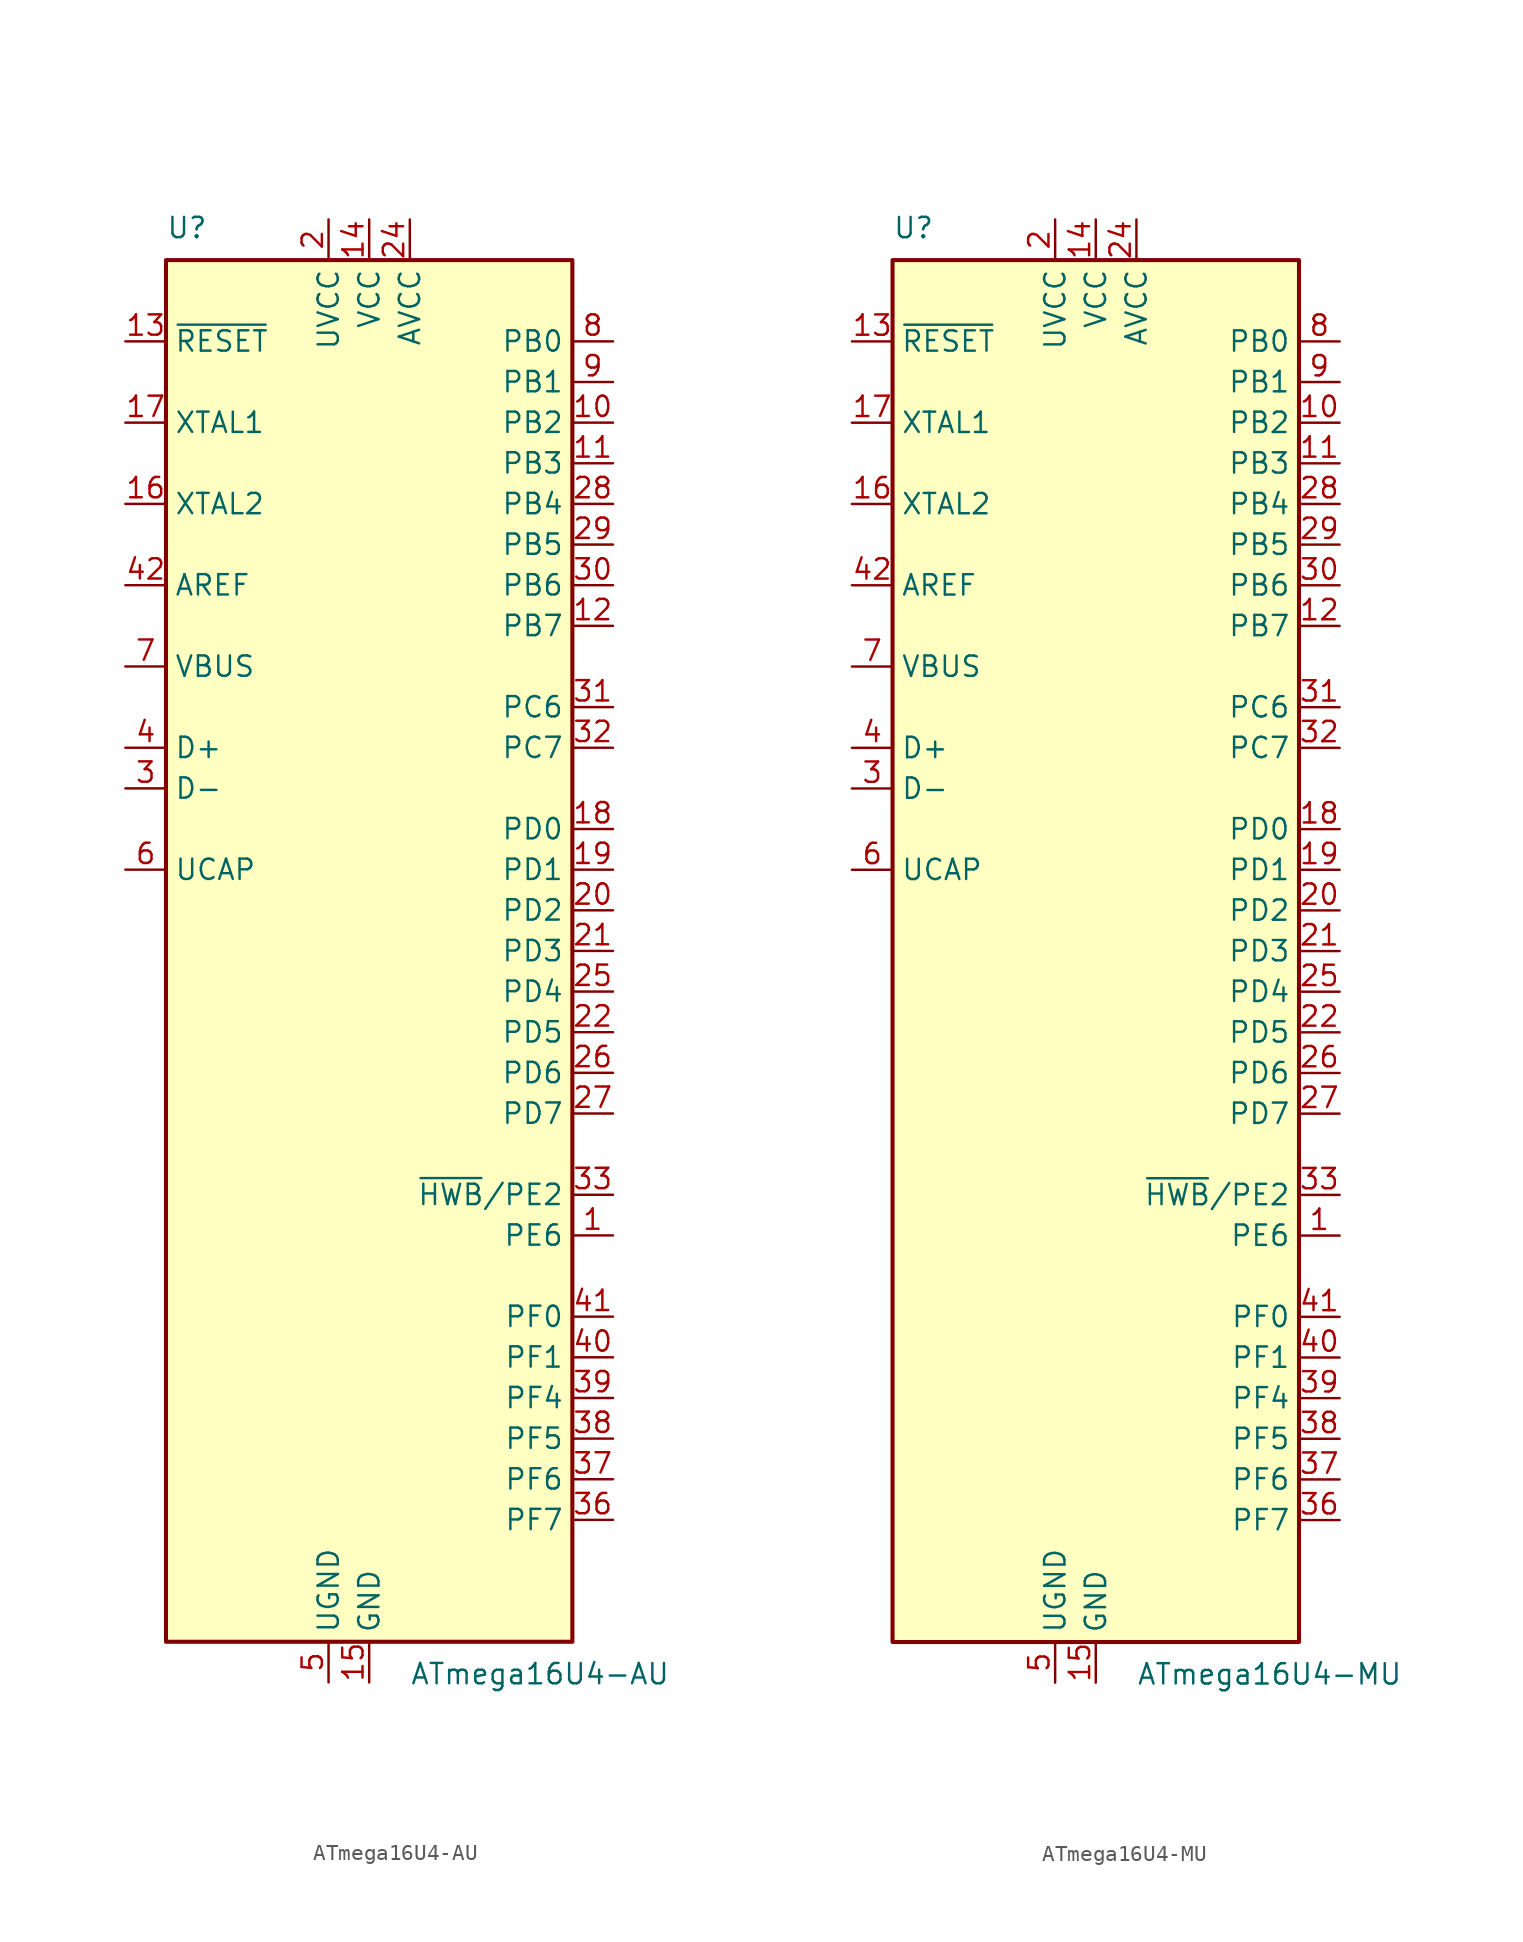
<source format=kicad_sym>
(kicad_symbol_lib
  (version 20211014)
  (generator kicad_symbol_editor)
  (symbol "ATmega16U4-AU"
    (property "Reference" "U"
      (at -12.7 44.45 0)
      (effects (font (size 1.27 1.27)) (justify left bottom)))
    (property "Value" "ATmega16U4-AU"
      (at 2.54 -44.45 0)
      (effects (font (size 1.27 1.27)) (justify left top)))
    (symbol "ATmega16U4-AU_0_1"
      (rectangle (start -12.7 -43.18) (end 12.7 43.18) (stroke (width 0.254) (type default) (color 0 0 0 0)) (fill (type background))))
    (symbol "ATmega16U4-AU_1_1"
      (pin bidirectional line (at 15.24 -17.78 180) (length 2.54) (name "PE6" (effects (font (size 1.27 1.27)))) (number "1" (effects (font (size 1.27 1.27)))))
      (pin bidirectional line (at 15.24 33.02 180) (length 2.54) (name "PB2" (effects (font (size 1.27 1.27)))) (number "10" (effects (font (size 1.27 1.27)))))
      (pin bidirectional line (at 15.24 30.48 180) (length 2.54) (name "PB3" (effects (font (size 1.27 1.27)))) (number "11" (effects (font (size 1.27 1.27)))))
      (pin bidirectional line (at 15.24 20.32 180) (length 2.54) (name "PB7" (effects (font (size 1.27 1.27)))) (number "12" (effects (font (size 1.27 1.27)))))
      (pin input line (at -15.24 38.1 0) (length 2.54) (name "~{RESET}" (effects (font (size 1.27 1.27)))) (number "13" (effects (font (size 1.27 1.27)))))
      (pin power_in line (at 0 45.72 270) (length 2.54) (name "VCC" (effects (font (size 1.27 1.27)))) (number "14" (effects (font (size 1.27 1.27)))))
      (pin power_in line (at 0 -45.72 90) (length 2.54) (name "GND" (effects (font (size 1.27 1.27)))) (number "15" (effects (font (size 1.27 1.27)))))
      (pin output line (at -15.24 27.94 0) (length 2.54) (name "XTAL2" (effects (font (size 1.27 1.27)))) (number "16" (effects (font (size 1.27 1.27)))))
      (pin input line (at -15.24 33.02 0) (length 2.54) (name "XTAL1" (effects (font (size 1.27 1.27)))) (number "17" (effects (font (size 1.27 1.27)))))
      (pin bidirectional line (at 15.24 7.62 180) (length 2.54) (name "PD0" (effects (font (size 1.27 1.27)))) (number "18" (effects (font (size 1.27 1.27)))))
      (pin bidirectional line (at 15.24 5.08 180) (length 2.54) (name "PD1" (effects (font (size 1.27 1.27)))) (number "19" (effects (font (size 1.27 1.27)))))
      (pin power_in line (at -2.54 45.72 270) (length 2.54) (name "UVCC" (effects (font (size 1.27 1.27)))) (number "2" (effects (font (size 1.27 1.27)))))
      (pin bidirectional line (at 15.24 2.54 180) (length 2.54) (name "PD2" (effects (font (size 1.27 1.27)))) (number "20" (effects (font (size 1.27 1.27)))))
      (pin bidirectional line (at 15.24 0 180) (length 2.54) (name "PD3" (effects (font (size 1.27 1.27)))) (number "21" (effects (font (size 1.27 1.27)))))
      (pin bidirectional line (at 15.24 -5.08 180) (length 2.54) (name "PD5" (effects (font (size 1.27 1.27)))) (number "22" (effects (font (size 1.27 1.27)))))
      (pin passive line (at 0 -45.72 90) (length 2.54) hide (name "GND" (effects (font (size 1.27 1.27)))) (number "23" (effects (font (size 1.27 1.27)))))
      (pin power_in line (at 2.54 45.72 270) (length 2.54) (name "AVCC" (effects (font (size 1.27 1.27)))) (number "24" (effects (font (size 1.27 1.27)))))
      (pin bidirectional line (at 15.24 -2.54 180) (length 2.54) (name "PD4" (effects (font (size 1.27 1.27)))) (number "25" (effects (font (size 1.27 1.27)))))
      (pin bidirectional line (at 15.24 -7.62 180) (length 2.54) (name "PD6" (effects (font (size 1.27 1.27)))) (number "26" (effects (font (size 1.27 1.27)))))
      (pin bidirectional line (at 15.24 -10.16 180) (length 2.54) (name "PD7" (effects (font (size 1.27 1.27)))) (number "27" (effects (font (size 1.27 1.27)))))
      (pin bidirectional line (at 15.24 27.94 180) (length 2.54) (name "PB4" (effects (font (size 1.27 1.27)))) (number "28" (effects (font (size 1.27 1.27)))))
      (pin bidirectional line (at 15.24 25.4 180) (length 2.54) (name "PB5" (effects (font (size 1.27 1.27)))) (number "29" (effects (font (size 1.27 1.27)))))
      (pin bidirectional line (at -15.24 10.16 0) (length 2.54) (name "D-" (effects (font (size 1.27 1.27)))) (number "3" (effects (font (size 1.27 1.27)))))
      (pin bidirectional line (at 15.24 22.86 180) (length 2.54) (name "PB6" (effects (font (size 1.27 1.27)))) (number "30" (effects (font (size 1.27 1.27)))))
      (pin bidirectional line (at 15.24 15.24 180) (length 2.54) (name "PC6" (effects (font (size 1.27 1.27)))) (number "31" (effects (font (size 1.27 1.27)))))
      (pin bidirectional line (at 15.24 12.7 180) (length 2.54) (name "PC7" (effects (font (size 1.27 1.27)))) (number "32" (effects (font (size 1.27 1.27)))))
      (pin bidirectional line (at 15.24 -15.24 180) (length 2.54) (name "~{HWB}/PE2" (effects (font (size 1.27 1.27)))) (number "33" (effects (font (size 1.27 1.27)))))
      (pin passive line (at 0 45.72 270) (length 2.54) hide (name "VCC" (effects (font (size 1.27 1.27)))) (number "34" (effects (font (size 1.27 1.27)))))
      (pin passive line (at 0 -45.72 90) (length 2.54) hide (name "GND" (effects (font (size 1.27 1.27)))) (number "35" (effects (font (size 1.27 1.27)))))
      (pin bidirectional line (at 15.24 -35.56 180) (length 2.54) (name "PF7" (effects (font (size 1.27 1.27)))) (number "36" (effects (font (size 1.27 1.27)))))
      (pin bidirectional line (at 15.24 -33.02 180) (length 2.54) (name "PF6" (effects (font (size 1.27 1.27)))) (number "37" (effects (font (size 1.27 1.27)))))
      (pin bidirectional line (at 15.24 -30.48 180) (length 2.54) (name "PF5" (effects (font (size 1.27 1.27)))) (number "38" (effects (font (size 1.27 1.27)))))
      (pin bidirectional line (at 15.24 -27.94 180) (length 2.54) (name "PF4" (effects (font (size 1.27 1.27)))) (number "39" (effects (font (size 1.27 1.27)))))
      (pin bidirectional line (at -15.24 12.7 0) (length 2.54) (name "D+" (effects (font (size 1.27 1.27)))) (number "4" (effects (font (size 1.27 1.27)))))
      (pin bidirectional line (at 15.24 -25.4 180) (length 2.54) (name "PF1" (effects (font (size 1.27 1.27)))) (number "40" (effects (font (size 1.27 1.27)))))
      (pin bidirectional line (at 15.24 -22.86 180) (length 2.54) (name "PF0" (effects (font (size 1.27 1.27)))) (number "41" (effects (font (size 1.27 1.27)))))
      (pin passive line (at -15.24 22.86 0) (length 2.54) (name "AREF" (effects (font (size 1.27 1.27)))) (number "42" (effects (font (size 1.27 1.27)))))
      (pin passive line (at 0 -45.72 90) (length 2.54) hide (name "GND" (effects (font (size 1.27 1.27)))) (number "43" (effects (font (size 1.27 1.27)))))
      (pin passive line (at 2.54 45.72 270) (length 2.54) hide (name "AVCC" (effects (font (size 1.27 1.27)))) (number "44" (effects (font (size 1.27 1.27)))))
      (pin passive line (at -2.54 -45.72 90) (length 2.54) (name "UGND" (effects (font (size 1.27 1.27)))) (number "5" (effects (font (size 1.27 1.27)))))
      (pin passive line (at -15.24 5.08 0) (length 2.54) (name "UCAP" (effects (font (size 1.27 1.27)))) (number "6" (effects (font (size 1.27 1.27)))))
      (pin input line (at -15.24 17.78 0) (length 2.54) (name "VBUS" (effects (font (size 1.27 1.27)))) (number "7" (effects (font (size 1.27 1.27)))))
      (pin bidirectional line (at 15.24 38.1 180) (length 2.54) (name "PB0" (effects (font (size 1.27 1.27)))) (number "8" (effects (font (size 1.27 1.27)))))
      (pin bidirectional line (at 15.24 35.56 180) (length 2.54) (name "PB1" (effects (font (size 1.27 1.27)))) (number "9" (effects (font (size 1.27 1.27)))))))
  (symbol "ATmega16U4-MU"
    (property "Reference" "U"
      (at -12.7 44.45 0)
      (effects (font (size 1.27 1.27)) (justify left bottom)))
    (property "Value" "ATmega16U4-MU"
      (at 2.54 -44.45 0)
      (effects (font (size 1.27 1.27)) (justify left top)))
    (symbol "ATmega16U4-MU_0_1"
      (rectangle (start -12.7 -43.18) (end 12.7 43.18) (stroke (width 0.254) (type default) (color 0 0 0 0)) (fill (type background))))
    (symbol "ATmega16U4-MU_1_1"
      (pin bidirectional line (at 15.24 -17.78 180) (length 2.54) (name "PE6" (effects (font (size 1.27 1.27)))) (number "1" (effects (font (size 1.27 1.27)))))
      (pin bidirectional line (at 15.24 33.02 180) (length 2.54) (name "PB2" (effects (font (size 1.27 1.27)))) (number "10" (effects (font (size 1.27 1.27)))))
      (pin bidirectional line (at 15.24 30.48 180) (length 2.54) (name "PB3" (effects (font (size 1.27 1.27)))) (number "11" (effects (font (size 1.27 1.27)))))
      (pin bidirectional line (at 15.24 20.32 180) (length 2.54) (name "PB7" (effects (font (size 1.27 1.27)))) (number "12" (effects (font (size 1.27 1.27)))))
      (pin input line (at -15.24 38.1 0) (length 2.54) (name "~{RESET}" (effects (font (size 1.27 1.27)))) (number "13" (effects (font (size 1.27 1.27)))))
      (pin power_in line (at 0 45.72 270) (length 2.54) (name "VCC" (effects (font (size 1.27 1.27)))) (number "14" (effects (font (size 1.27 1.27)))))
      (pin power_in line (at 0 -45.72 90) (length 2.54) (name "GND" (effects (font (size 1.27 1.27)))) (number "15" (effects (font (size 1.27 1.27)))))
      (pin output line (at -15.24 27.94 0) (length 2.54) (name "XTAL2" (effects (font (size 1.27 1.27)))) (number "16" (effects (font (size 1.27 1.27)))))
      (pin input line (at -15.24 33.02 0) (length 2.54) (name "XTAL1" (effects (font (size 1.27 1.27)))) (number "17" (effects (font (size 1.27 1.27)))))
      (pin bidirectional line (at 15.24 7.62 180) (length 2.54) (name "PD0" (effects (font (size 1.27 1.27)))) (number "18" (effects (font (size 1.27 1.27)))))
      (pin bidirectional line (at 15.24 5.08 180) (length 2.54) (name "PD1" (effects (font (size 1.27 1.27)))) (number "19" (effects (font (size 1.27 1.27)))))
      (pin power_in line (at -2.54 45.72 270) (length 2.54) (name "UVCC" (effects (font (size 1.27 1.27)))) (number "2" (effects (font (size 1.27 1.27)))))
      (pin bidirectional line (at 15.24 2.54 180) (length 2.54) (name "PD2" (effects (font (size 1.27 1.27)))) (number "20" (effects (font (size 1.27 1.27)))))
      (pin bidirectional line (at 15.24 0 180) (length 2.54) (name "PD3" (effects (font (size 1.27 1.27)))) (number "21" (effects (font (size 1.27 1.27)))))
      (pin bidirectional line (at 15.24 -5.08 180) (length 2.54) (name "PD5" (effects (font (size 1.27 1.27)))) (number "22" (effects (font (size 1.27 1.27)))))
      (pin passive line (at 0 -45.72 90) (length 2.54) hide (name "GND" (effects (font (size 1.27 1.27)))) (number "23" (effects (font (size 1.27 1.27)))))
      (pin power_in line (at 2.54 45.72 270) (length 2.54) (name "AVCC" (effects (font (size 1.27 1.27)))) (number "24" (effects (font (size 1.27 1.27)))))
      (pin bidirectional line (at 15.24 -2.54 180) (length 2.54) (name "PD4" (effects (font (size 1.27 1.27)))) (number "25" (effects (font (size 1.27 1.27)))))
      (pin bidirectional line (at 15.24 -7.62 180) (length 2.54) (name "PD6" (effects (font (size 1.27 1.27)))) (number "26" (effects (font (size 1.27 1.27)))))
      (pin bidirectional line (at 15.24 -10.16 180) (length 2.54) (name "PD7" (effects (font (size 1.27 1.27)))) (number "27" (effects (font (size 1.27 1.27)))))
      (pin bidirectional line (at 15.24 27.94 180) (length 2.54) (name "PB4" (effects (font (size 1.27 1.27)))) (number "28" (effects (font (size 1.27 1.27)))))
      (pin bidirectional line (at 15.24 25.4 180) (length 2.54) (name "PB5" (effects (font (size 1.27 1.27)))) (number "29" (effects (font (size 1.27 1.27)))))
      (pin bidirectional line (at -15.24 10.16 0) (length 2.54) (name "D-" (effects (font (size 1.27 1.27)))) (number "3" (effects (font (size 1.27 1.27)))))
      (pin bidirectional line (at 15.24 22.86 180) (length 2.54) (name "PB6" (effects (font (size 1.27 1.27)))) (number "30" (effects (font (size 1.27 1.27)))))
      (pin bidirectional line (at 15.24 15.24 180) (length 2.54) (name "PC6" (effects (font (size 1.27 1.27)))) (number "31" (effects (font (size 1.27 1.27)))))
      (pin bidirectional line (at 15.24 12.7 180) (length 2.54) (name "PC7" (effects (font (size 1.27 1.27)))) (number "32" (effects (font (size 1.27 1.27)))))
      (pin bidirectional line (at 15.24 -15.24 180) (length 2.54) (name "~{HWB}/PE2" (effects (font (size 1.27 1.27)))) (number "33" (effects (font (size 1.27 1.27)))))
      (pin passive line (at 0 45.72 270) (length 2.54) hide (name "VCC" (effects (font (size 1.27 1.27)))) (number "34" (effects (font (size 1.27 1.27)))))
      (pin passive line (at 0 -45.72 90) (length 2.54) hide (name "GND" (effects (font (size 1.27 1.27)))) (number "35" (effects (font (size 1.27 1.27)))))
      (pin bidirectional line (at 15.24 -35.56 180) (length 2.54) (name "PF7" (effects (font (size 1.27 1.27)))) (number "36" (effects (font (size 1.27 1.27)))))
      (pin bidirectional line (at 15.24 -33.02 180) (length 2.54) (name "PF6" (effects (font (size 1.27 1.27)))) (number "37" (effects (font (size 1.27 1.27)))))
      (pin bidirectional line (at 15.24 -30.48 180) (length 2.54) (name "PF5" (effects (font (size 1.27 1.27)))) (number "38" (effects (font (size 1.27 1.27)))))
      (pin bidirectional line (at 15.24 -27.94 180) (length 2.54) (name "PF4" (effects (font (size 1.27 1.27)))) (number "39" (effects (font (size 1.27 1.27)))))
      (pin bidirectional line (at -15.24 12.7 0) (length 2.54) (name "D+" (effects (font (size 1.27 1.27)))) (number "4" (effects (font (size 1.27 1.27)))))
      (pin bidirectional line (at 15.24 -25.4 180) (length 2.54) (name "PF1" (effects (font (size 1.27 1.27)))) (number "40" (effects (font (size 1.27 1.27)))))
      (pin bidirectional line (at 15.24 -22.86 180) (length 2.54) (name "PF0" (effects (font (size 1.27 1.27)))) (number "41" (effects (font (size 1.27 1.27)))))
      (pin passive line (at -15.24 22.86 0) (length 2.54) (name "AREF" (effects (font (size 1.27 1.27)))) (number "42" (effects (font (size 1.27 1.27)))))
      (pin passive line (at 0 -45.72 90) (length 2.54) hide (name "GND" (effects (font (size 1.27 1.27)))) (number "43" (effects (font (size 1.27 1.27)))))
      (pin passive line (at 2.54 45.72 270) (length 2.54) hide (name "AVCC" (effects (font (size 1.27 1.27)))) (number "44" (effects (font (size 1.27 1.27)))))
      (pin passive line (at 0 -45.72 90) (length 2.54) hide (name "GND" (effects (font (size 1.27 1.27)))) (number "45" (effects (font (size 1.27 1.27)))))
      (pin passive line (at -2.54 -45.72 90) (length 2.54) (name "UGND" (effects (font (size 1.27 1.27)))) (number "5" (effects (font (size 1.27 1.27)))))
      (pin passive line (at -15.24 5.08 0) (length 2.54) (name "UCAP" (effects (font (size 1.27 1.27)))) (number "6" (effects (font (size 1.27 1.27)))))
      (pin input line (at -15.24 17.78 0) (length 2.54) (name "VBUS" (effects (font (size 1.27 1.27)))) (number "7" (effects (font (size 1.27 1.27)))))
      (pin bidirectional line (at 15.24 38.1 180) (length 2.54) (name "PB0" (effects (font (size 1.27 1.27)))) (number "8" (effects (font (size 1.27 1.27)))))
      (pin bidirectional line (at 15.24 35.56 180) (length 2.54) (name "PB1" (effects (font (size 1.27 1.27)))) (number "9" (effects (font (size 1.27 1.27))))))))
</source>
